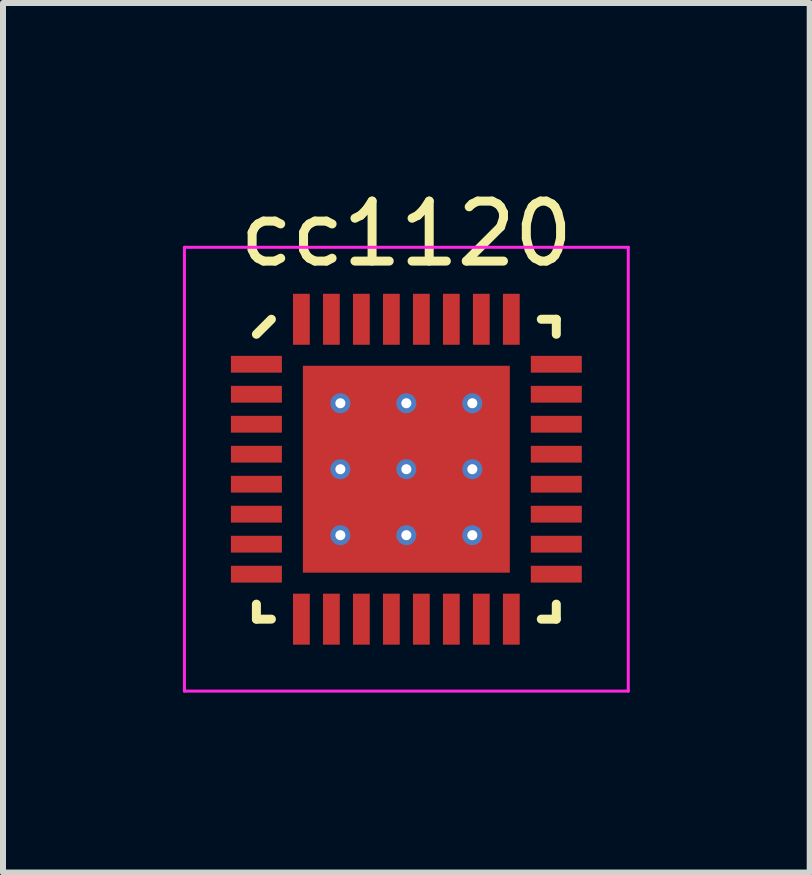
<source format=kicad_pcb>
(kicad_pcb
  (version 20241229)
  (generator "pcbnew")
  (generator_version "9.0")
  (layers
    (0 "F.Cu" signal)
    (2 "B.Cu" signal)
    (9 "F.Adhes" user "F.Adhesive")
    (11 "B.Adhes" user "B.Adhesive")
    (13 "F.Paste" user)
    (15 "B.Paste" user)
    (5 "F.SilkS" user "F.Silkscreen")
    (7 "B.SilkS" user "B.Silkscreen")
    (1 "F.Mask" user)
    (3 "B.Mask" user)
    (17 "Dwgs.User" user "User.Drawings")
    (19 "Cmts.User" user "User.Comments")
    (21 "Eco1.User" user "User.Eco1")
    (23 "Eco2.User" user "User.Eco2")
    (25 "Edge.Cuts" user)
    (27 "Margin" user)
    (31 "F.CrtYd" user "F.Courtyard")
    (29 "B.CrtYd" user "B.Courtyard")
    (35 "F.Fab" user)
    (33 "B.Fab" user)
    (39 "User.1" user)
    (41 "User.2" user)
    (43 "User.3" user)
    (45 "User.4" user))
  (footprint "cc1120"
    (layer "F.Cu")
    (at 3.725 4.773)
    (property "Reference" "cc1120" (at 0 -3.925 0) (layer "F.SilkS") (effects (font (size 1 1) (thickness 0.15))))
    (attr smd)
    (fp_line (start -2.5 -2.25) (end -2.25 -2.5) (stroke (width 0.15) (type solid)) (layer "F.SilkS"))
    (fp_line (start -2.5 2.5) (end -2.5 2.25) (stroke (width 0.15) (type solid)) (layer "F.SilkS"))
    (fp_line (start -2.25 2.5) (end -2.5 2.5) (stroke (width 0.15) (type solid)) (layer "F.SilkS"))
    (fp_line (start 2.25 -2.5) (end 2.5 -2.5) (stroke (width 0.15) (type solid)) (layer "F.SilkS"))
    (fp_line (start 2.25 2.5) (end 2.5 2.5) (stroke (width 0.15) (type solid)) (layer "F.SilkS"))
    (fp_line (start 2.5 -2.5) (end 2.5 -2.25) (stroke (width 0.15) (type solid)) (layer "F.SilkS"))
    (fp_line (start 2.5 2.5) (end 2.5 2.25) (stroke (width 0.15) (type solid)) (layer "F.SilkS"))
    (fp_line (start -3.7 -3.7) (end 3.7 -3.7) (stroke (width 0.05) (type solid)) (layer "F.CrtYd"))
    (fp_line (start -3.7 3.7) (end -3.7 -3.7) (stroke (width 0.05) (type solid)) (layer "F.CrtYd"))
    (fp_line (start 3.7 -3.7) (end 3.7 3.7) (stroke (width 0.05) (type solid)) (layer "F.CrtYd"))
    (fp_line (start 3.7 3.7) (end -3.7 3.7) (stroke (width 0.05) (type solid)) (layer "F.CrtYd"))
    (pad "1" smd rect (at -2.5 -1.75 90) (size 0.28 0.85) (layers "F.Cu" "F.Mask" "F.Paste"))
    (pad "2" smd rect (at -2.5 -1.25 90) (size 0.28 0.85) (layers "F.Cu" "F.Mask" "F.Paste"))
    (pad "3" smd rect (at -2.5 -0.75 90) (size 0.28 0.85) (layers "F.Cu" "F.Mask" "F.Paste"))
    (pad "4" smd rect (at -2.5 -0.25 90) (size 0.28 0.85) (layers "F.Cu" "F.Mask" "F.Paste"))
    (pad "5" smd rect (at -2.5 0.25 90) (size 0.28 0.85) (layers "F.Cu" "F.Mask" "F.Paste"))
    (pad "6" smd rect (at -2.5 0.75 90) (size 0.28 0.85) (layers "F.Cu" "F.Mask" "F.Paste"))
    (pad "7" smd rect (at -2.5 1.25 90) (size 0.28 0.85) (layers "F.Cu" "F.Mask" "F.Paste"))
    (pad "8" smd rect (at -2.5 1.75 90) (size 0.28 0.85) (layers "F.Cu" "F.Mask" "F.Paste"))
    (pad "9" smd rect (at -1.75 2.5) (size 0.28 0.85) (layers "F.Cu" "F.Mask" "F.Paste"))
    (pad "10" smd rect (at -1.25 2.5) (size 0.28 0.85) (layers "F.Cu" "F.Mask" "F.Paste"))
    (pad "11" smd rect (at -0.75 2.5) (size 0.28 0.85) (layers "F.Cu" "F.Mask" "F.Paste"))
    (pad "12" smd rect (at -0.25 2.5) (size 0.28 0.85) (layers "F.Cu" "F.Mask" "F.Paste"))
    (pad "13" smd rect (at 0.25 2.5) (size 0.28 0.85) (layers "F.Cu" "F.Mask" "F.Paste"))
    (pad "14" smd rect (at 0.75 2.5) (size 0.28 0.85) (layers "F.Cu" "F.Mask" "F.Paste"))
    (pad "15" smd rect (at 1.25 2.5) (size 0.28 0.85) (layers "F.Cu" "F.Mask" "F.Paste"))
    (pad "16" smd rect (at 1.75 2.5) (size 0.28 0.85) (layers "F.Cu" "F.Mask" "F.Paste"))
    (pad "17" smd rect (at 2.5 1.75 90) (size 0.28 0.85) (layers "F.Cu" "F.Mask" "F.Paste"))
    (pad "18" smd rect (at 2.5 1.25 90) (size 0.28 0.85) (layers "F.Cu" "F.Mask" "F.Paste"))
    (pad "19" smd rect (at 2.5 0.75 90) (size 0.28 0.85) (layers "F.Cu" "F.Mask" "F.Paste"))
    (pad "20" smd rect (at 2.5 0.25 90) (size 0.28 0.85) (layers "F.Cu" "F.Mask" "F.Paste"))
    (pad "21" smd rect (at 2.5 -0.25 90) (size 0.28 0.85) (layers "F.Cu" "F.Mask" "F.Paste"))
    (pad "22" smd rect (at 2.5 -0.75 90) (size 0.28 0.85) (layers "F.Cu" "F.Mask" "F.Paste"))
    (pad "23" smd rect (at 2.5 -1.25 90) (size 0.28 0.85) (layers "F.Cu" "F.Mask" "F.Paste"))
    (pad "24" smd rect (at 2.5 -1.75 90) (size 0.28 0.85) (layers "F.Cu" "F.Mask" "F.Paste"))
    (pad "25" smd rect (at 1.75 -2.5) (size 0.28 0.85) (layers "F.Cu" "F.Mask" "F.Paste"))
    (pad "26" smd rect (at 1.25 -2.5) (size 0.28 0.85) (layers "F.Cu" "F.Mask" "F.Paste"))
    (pad "27" smd rect (at 0.75 -2.5) (size 0.28 0.85) (layers "F.Cu" "F.Mask" "F.Paste"))
    (pad "28" smd rect (at 0.25 -2.5) (size 0.28 0.85) (layers "F.Cu" "F.Mask" "F.Paste"))
    (pad "29" smd rect (at -0.25 -2.5) (size 0.28 0.85) (layers "F.Cu" "F.Mask" "F.Paste"))
    (pad "30" smd rect (at -0.75 -2.5) (size 0.28 0.85) (layers "F.Cu" "F.Mask" "F.Paste"))
    (pad "31" smd rect (at -1.25 -2.5) (size 0.28 0.85) (layers "F.Cu" "F.Mask" "F.Paste"))
    (pad "32" smd rect (at -1.75 -2.5) (size 0.28 0.85) (layers "F.Cu" "F.Mask" "F.Paste"))
    (pad "33" thru_hole circle (at -1.1 -1.1) (size 0.333 0.333) (drill 0.167) (layers "*.Cu" "*.Mask"))
    (pad "33" thru_hole circle (at -1.1 0) (size 0.333 0.333) (drill 0.167) (layers "*.Cu" "*.Mask"))
    (pad "33" thru_hole circle (at -1.1 1.1) (size 0.333 0.333) (drill 0.167) (layers "*.Cu" "*.Mask"))
    (pad "33" thru_hole circle (at 0 -1.1) (size 0.333 0.333) (drill 0.167) (layers "*.Cu" "*.Mask"))
    (pad "33" thru_hole circle (at 0 0) (size 0.333 0.333) (drill 0.167) (layers "*.Cu" "*.Mask"))
    (pad "33" smd rect (at 0 0) (size 3.45 3.45) (layers "F.Cu" "F.Mask" "F.Paste"))
    (pad "33" thru_hole circle (at 0 1.1) (size 0.333 0.333) (drill 0.167) (layers "*.Cu" "*.Mask"))
    (pad "33" thru_hole circle (at 1.1 -1.1) (size 0.333 0.333) (drill 0.167) (layers "*.Cu" "*.Mask"))
    (pad "33" thru_hole circle (at 1.1 0) (size 0.333 0.333) (drill 0.167) (layers "*.Cu" "*.Mask"))
    (pad "33" thru_hole circle (at 1.1 1.1) (size 0.333 0.333) (drill 0.167) (layers "*.Cu" "*.Mask")))
  (gr_rect
    (start -3 -3)
    (end 10.45 11.498)
    (stroke (width 0.1) (type default))
    (fill no)
    (layer "Edge.Cuts")))
</source>
